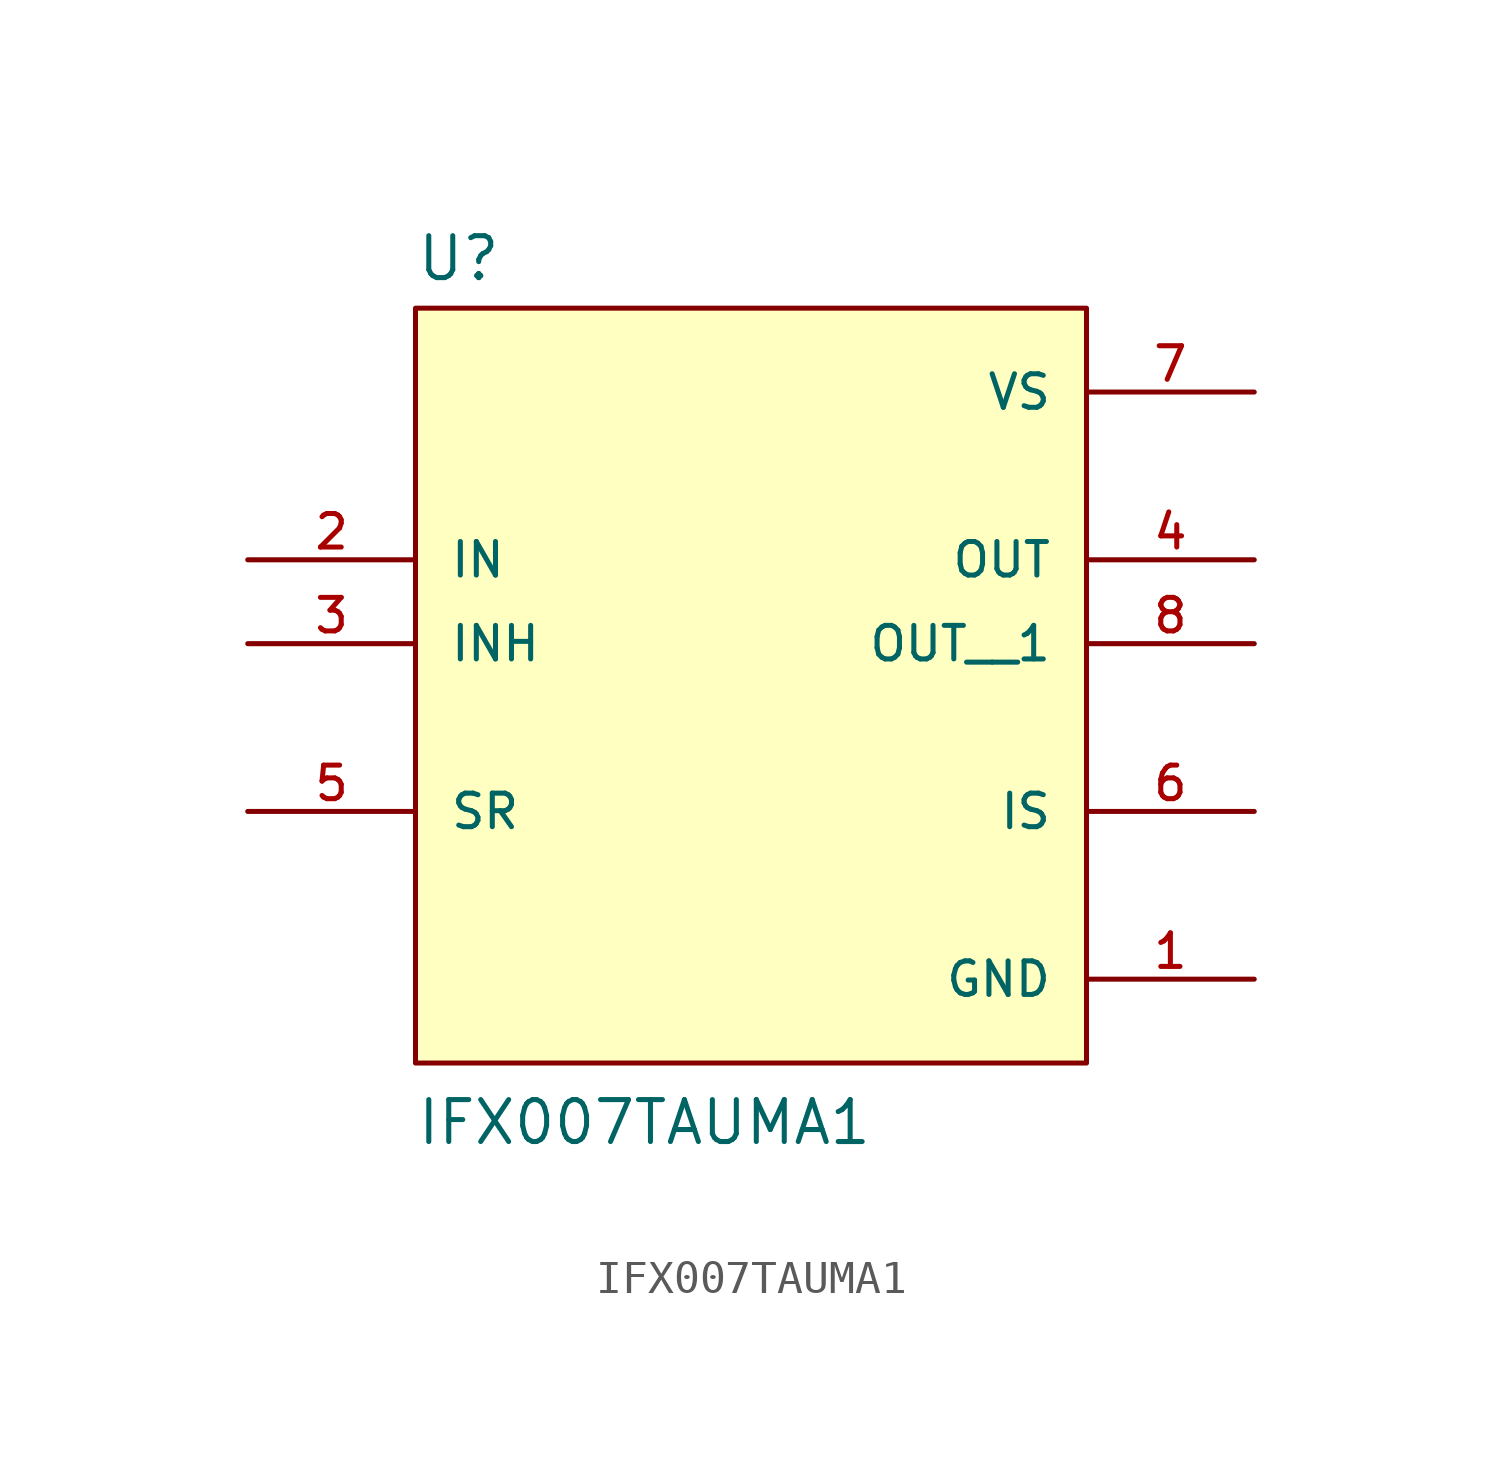
<source format=kicad_sym>
(kicad_symbol_lib
  (version 20211014)
  (generator kicad_symbol_editor)
  (symbol "IFX007TAUMA1"
    (pin_names
      (offset 1.016))
    (property "Reference" "U"
      (at -10.16 10.922 0)
      (effects (font (size 1.27 1.27)) (justify bottom left)))
    (property "Value" "IFX007TAUMA1"
      (at -10.16 -15.24 0)
      (effects (font (size 1.27 1.27)) (justify bottom left)))
    (symbol "IFX007TAUMA1_0_0"
      (rectangle (start -10.16 -12.7) (end 10.16 10.16) (stroke (width 0.152)) (fill (type background)))
      (pin power_in line (at 15.24 -10.16 180.0) (length 5.08) (name "GND" (effects (font (size 1.016 1.016)))) (number "1" (effects (font (size 1.016 1.016)))))
      (pin input line (at -15.24 2.54 0) (length 5.08) (name "IN" (effects (font (size 1.016 1.016)))) (number "2" (effects (font (size 1.016 1.016)))))
      (pin input line (at -15.24 0.0 0) (length 5.08) (name "INH" (effects (font (size 1.016 1.016)))) (number "3" (effects (font (size 1.016 1.016)))))
      (pin output line (at 15.24 2.54 180.0) (length 5.08) (name "OUT" (effects (font (size 1.016 1.016)))) (number "4" (effects (font (size 1.016 1.016)))))
      (pin input line (at -15.24 -5.08 0) (length 5.08) (name "SR" (effects (font (size 1.016 1.016)))) (number "5" (effects (font (size 1.016 1.016)))))
      (pin output line (at 15.24 -5.08 180.0) (length 5.08) (name "IS" (effects (font (size 1.016 1.016)))) (number "6" (effects (font (size 1.016 1.016)))))
      (pin power_in line (at 15.24 7.62 180.0) (length 5.08) (name "VS" (effects (font (size 1.016 1.016)))) (number "7" (effects (font (size 1.016 1.016)))))
      (pin output line (at 15.24 0.0 180.0) (length 5.08) (name "OUT__1" (effects (font (size 1.016 1.016)))) (number "8" (effects (font (size 1.016 1.016))))))))
</source>
